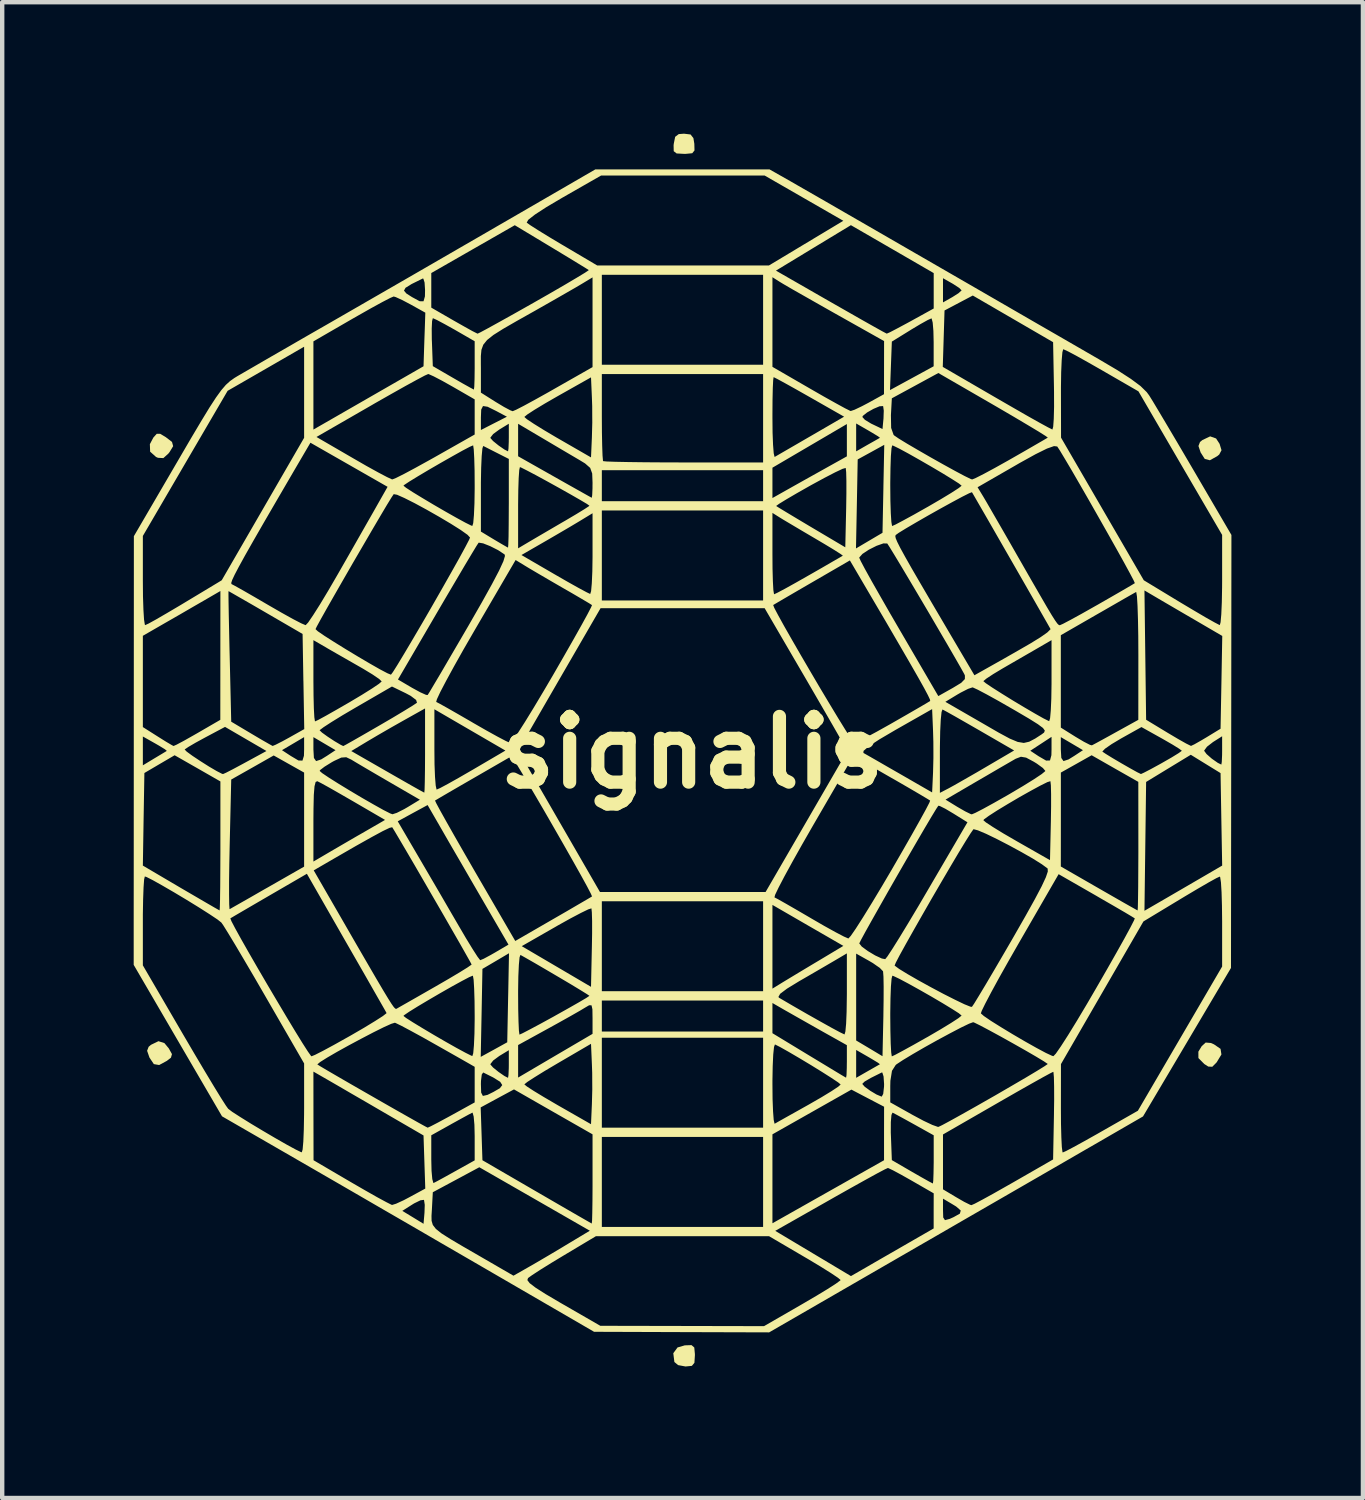
<source format=kicad_pcb>
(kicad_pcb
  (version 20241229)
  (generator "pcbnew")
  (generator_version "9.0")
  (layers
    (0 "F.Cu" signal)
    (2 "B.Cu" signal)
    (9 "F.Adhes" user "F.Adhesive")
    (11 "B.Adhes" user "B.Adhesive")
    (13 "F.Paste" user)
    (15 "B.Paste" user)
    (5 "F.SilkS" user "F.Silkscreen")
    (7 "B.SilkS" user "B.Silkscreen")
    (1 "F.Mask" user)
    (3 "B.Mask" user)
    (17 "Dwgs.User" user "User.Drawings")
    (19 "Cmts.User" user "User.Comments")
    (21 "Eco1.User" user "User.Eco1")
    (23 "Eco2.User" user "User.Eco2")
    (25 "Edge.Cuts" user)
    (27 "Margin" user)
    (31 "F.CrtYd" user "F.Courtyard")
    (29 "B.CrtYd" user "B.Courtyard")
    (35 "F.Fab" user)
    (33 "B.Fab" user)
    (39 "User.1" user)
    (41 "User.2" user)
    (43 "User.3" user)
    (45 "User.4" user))
  (footprint "signalis"
    (layer "F.Cu")
    (at 12.732 14.115)
    (property "Reference" "signalis" (at 0 0 0) (layer "F.SilkS") (effects (font (size 1.5 1.5) (thickness 0.3))))
    (attr board_only exclude_from_pos_files exclude_from_bom)
    (fp_poly (pts (xy 11.961 -7.162) (xy 12.041 -7.039) (xy 12.085 -6.894) (xy 12.033 -6.796) (xy 11.987 -6.758) (xy 11.82 -6.665) (xy 11.703 -6.695) (xy 11.609 -6.842) (xy 11.559 -6.99) (xy 11.594 -7.081) (xy 11.647 -7.125) (xy 11.826 -7.21)) (stroke (width 0) (type solid)) (fill yes) (layer "F.SilkS"))
    (fp_poly (pts (xy -12.127 -7.268) (xy -12.001 -7.193) (xy -11.858 -7.083) (xy -11.832 -6.986) (xy -11.914 -6.851) (xy -11.941 -6.817) (xy -12.055 -6.714) (xy -12.178 -6.721) (xy -12.222 -6.74) (xy -12.357 -6.861) (xy -12.363 -7.032) (xy -12.284 -7.182) (xy -12.207 -7.268)) (stroke (width 0) (type solid)) (fill yes) (layer "F.SilkS"))
    (fp_poly (pts (xy -12.031 6.632) (xy -11.931 6.753) (xy -11.859 6.883) (xy -11.882 6.964) (xy -11.974 7.036) (xy -12.151 7.132) (xy -12.272 7.111) (xy -12.37 6.966) (xy -12.375 6.954) (xy -12.426 6.807) (xy -12.391 6.716) (xy -12.338 6.671) (xy -12.167 6.588)) (stroke (width 0) (type solid)) (fill yes) (layer "F.SilkS"))
    (fp_poly (pts (xy 0.057 13.576) (xy 0.071 13.726) (xy 0.071 13.757) (xy 0.06 13.925) (xy 0.002 13.995) (xy -0.139 14.009) (xy -0.144 14.009) (xy -0.312 13.978) (xy -0.397 13.907) (xy -0.422 13.707) (xy -0.325 13.575) (xy -0.159 13.527) (xy -0.006 13.522)) (stroke (width 0) (type solid)) (fill yes) (layer "F.SilkS"))
    (fp_poly (pts (xy 11.841 6.629) (xy 11.913 6.66) (xy 12.063 6.763) (xy 12.083 6.891) (xy 11.977 7.066) (xy 11.975 7.07) (xy 11.874 7.172) (xy 11.783 7.167) (xy 11.692 7.109) (xy 11.558 6.973) (xy 11.557 6.827) (xy 11.633 6.702) (xy 11.724 6.619)) (stroke (width 0) (type solid)) (fill yes) (layer "F.SilkS"))
    (fp_poly (pts (xy -0.028 -14.097) (xy 0.037 -14.014) (xy 0.058 -13.885) (xy 0.062 -13.733) (xy 0.01 -13.669) (xy -0.138 -13.655) (xy -0.177 -13.655) (xy -0.346 -13.664) (xy -0.412 -13.716) (xy -0.415 -13.85) (xy -0.411 -13.885) (xy -0.379 -14.044) (xy -0.297 -14.106) (xy -0.177 -14.115)) (stroke (width 0) (type solid)) (fill yes) (layer "F.SilkS"))
    (fp_poly (pts (xy 2.249 -13.031) (xy 2.409 -12.939) (xy 2.677 -12.785) (xy 3.038 -12.578) (xy 3.476 -12.325) (xy 3.976 -12.037) (xy 4.523 -11.721) (xy 5.103 -11.386) (xy 5.519 -11.146) (xy 6.136 -10.79) (xy 6.752 -10.434) (xy 7.347 -10.09) (xy 7.904 -9.768) (xy 8.404 -9.48) (xy 8.828 -9.235) (xy 9.158 -9.044) (xy 9.29 -8.968) (xy 9.71 -8.72) (xy 10.019 -8.52) (xy 10.237 -8.358) (xy 10.379 -8.219) (xy 10.433 -8.146) (xy 10.516 -8.013) (xy 10.657 -7.777) (xy 10.845 -7.461) (xy 11.067 -7.086) (xy 11.31 -6.672) (xy 11.455 -6.425) (xy 12.311 -4.961) (xy 12.306 -0.022) (xy 12.301 4.917) (xy 11.298 6.611) (xy 10.294 8.305) (xy 9.481 8.775) (xy 9.264 8.901) (xy 8.939 9.088) (xy 8.521 9.33) (xy 8.024 9.617) (xy 7.463 9.941) (xy 6.853 10.293) (xy 6.208 10.665) (xy 5.544 11.049) (xy 5.216 11.238) (xy 1.765 13.231) (xy -0.232 13.225) (xy -2.229 13.218) (xy -4.26 12.039) (xy -3.751 12.039) (xy -3.698 12.109) (xy -3.563 12.212) (xy -3.332 12.359) (xy -2.991 12.56) (xy -2.958 12.579) (xy -2.087 13.081) (xy -0.22 13.085) (xy 1.648 13.089) (xy 2.522 12.585) (xy 2.834 12.402) (xy 3.097 12.243) (xy 3.288 12.12) (xy 3.386 12.048) (xy 3.395 12.037) (xy 3.337 11.987) (xy 3.179 11.881) (xy 2.943 11.733) (xy 2.652 11.558) (xy 2.578 11.515) (xy 1.763 11.037) (xy -0.212 11.037) (xy -2.187 11.037) (xy -2.915 11.472) (xy -3.208 11.649) (xy -3.462 11.807) (xy -3.647 11.928) (xy -3.736 11.992) (xy -3.751 12.039) (xy -4.26 12.039) (xy -5.094 11.555) (xy -5.738 11.182) (xy -6.395 10.8) (xy -6.985 10.459) (xy -6.604 10.459) (xy -6.362 10.606) (xy -6.12 10.754) (xy -6.104 10.573) (xy -5.938 10.573) (xy -5.936 10.686) (xy -5.908 10.78) (xy -5.838 10.871) (xy -5.71 10.973) (xy -5.507 11.102) (xy -5.216 11.274) (xy -4.819 11.503) (xy -4.816 11.505) (xy -4.068 11.938) (xy -3.75 11.757) (xy -3.538 11.635) (xy -3.257 11.47) (xy -2.958 11.292) (xy -2.879 11.244) (xy -2.331 10.915) (xy 1.904 10.915) (xy 2.767 11.431) (xy 3.631 11.947) (xy 3.96 11.758) (xy 4.17 11.636) (xy 4.455 11.472) (xy 4.766 11.293) (xy 4.903 11.214) (xy 5.518 10.86) (xy 5.518 10.46) (xy 5.518 10.432) (xy 5.731 10.432) (xy 5.736 10.61) (xy 5.776 10.671) (xy 5.887 10.641) (xy 5.975 10.601) (xy 6.116 10.522) (xy 6.136 10.451) (xy 6.03 10.359) (xy 5.943 10.306) (xy 5.731 10.18) (xy 5.731 10.432) (xy 5.518 10.432) (xy 5.519 10.059) (xy 5.017 9.77) (xy 4.78 9.636) (xy 4.592 9.535) (xy 4.485 9.484) (xy 4.473 9.481) (xy 4.401 9.514) (xy 4.225 9.607) (xy 3.965 9.75) (xy 3.638 9.932) (xy 3.265 10.142) (xy 3.167 10.198) (xy 1.904 10.915) (xy -2.331 10.915) (xy -2.326 10.912) (xy -3.586 10.188) (xy -4.847 9.464) (xy -5.377 9.749) (xy -5.908 10.034) (xy -5.929 10.426) (xy -5.938 10.573) (xy -6.104 10.573) (xy -6.098 10.5) (xy -6.092 10.322) (xy -6.108 10.215) (xy -6.112 10.208) (xy -6.19 10.218) (xy -6.335 10.289) (xy -6.377 10.315) (xy -6.604 10.459) (xy -6.985 10.459) (xy -7.047 10.423) (xy -7.671 10.061) (xy -8.246 9.728) (xy -8.752 9.436) (xy -9.167 9.196) (xy -9.339 9.097) (xy -10.717 8.302) (xy -11.725 6.574) (xy -12.732 4.847) (xy -12.732 3.844) (xy -12.523 3.844) (xy -12.523 4.858) (xy -11.599 6.444) (xy -11.345 6.877) (xy -11.11 7.273) (xy -10.905 7.614) (xy -10.74 7.883) (xy -10.626 8.061) (xy -10.576 8.13) (xy -10.484 8.2) (xy -10.301 8.318) (xy -10.058 8.469) (xy -9.781 8.635) (xy -9.5 8.8) (xy -9.243 8.947) (xy -9.039 9.058) (xy -8.916 9.118) (xy -8.897 9.123) (xy -8.878 9.058) (xy -8.862 8.876) (xy -8.851 8.603) (xy -8.845 8.262) (xy -8.844 8.111) (xy -8.844 7.282) (xy -8.632 7.282) (xy -8.631 8.293) (xy -8.629 9.304) (xy -7.764 9.811) (xy -7.449 9.993) (xy -7.176 10.148) (xy -6.969 10.26) (xy -6.852 10.319) (xy -6.837 10.324) (xy -6.746 10.296) (xy -6.574 10.217) (xy -6.428 10.14) (xy -6.08 9.951) (xy -6.1 9.345) (xy -6.12 8.739) (xy -6.126 8.735) (xy -5.943 8.735) (xy -5.943 9.291) (xy -5.937 9.547) (xy -5.92 9.734) (xy -5.896 9.821) (xy -5.889 9.823) (xy -5.804 9.779) (xy -5.632 9.685) (xy -5.409 9.561) (xy -5.394 9.553) (xy -4.953 9.307) (xy -4.953 8.751) (xy -4.959 8.495) (xy -4.976 8.307) (xy -5 8.221) (xy -5.007 8.219) (xy -5.092 8.263) (xy -5.264 8.357) (xy -5.487 8.48) (xy -5.502 8.489) (xy -5.943 8.735) (xy -6.126 8.735) (xy -7.075 8.184) (xy -7.432 7.976) (xy -7.771 7.78) (xy -8.061 7.611) (xy -8.272 7.489) (xy -8.331 7.455) (xy -8.632 7.282) (xy -8.844 7.282) (xy -8.844 7.116) (xy -8.541 7.116) (xy -8.541 7.119) (xy -8.473 7.162) (xy -8.306 7.261) (xy -8.062 7.403) (xy -7.763 7.576) (xy -7.432 7.766) (xy -7.092 7.961) (xy -6.763 8.149) (xy -6.47 8.315) (xy -6.234 8.448) (xy -6.078 8.534) (xy -6.025 8.561) (xy -5.954 8.529) (xy -5.79 8.444) (xy -5.564 8.322) (xy -5.474 8.273) (xy -5.159 8.099) (xy -4.816 8.099) (xy -4.796 8.701) (xy -4.776 9.304) (xy -3.538 10.023) (xy -3.162 10.241) (xy -2.831 10.433) (xy -2.562 10.588) (xy -2.374 10.696) (xy -2.286 10.746) (xy -2.282 10.748) (xy -2.275 10.684) (xy -2.27 10.503) (xy -2.266 10.23) (xy -2.264 9.889) (xy -2.264 9.799) (xy -2.052 9.799) (xy -2.052 10.825) (xy -0.212 10.825) (xy 1.627 10.825) (xy 1.627 9.799) (xy 1.627 8.773) (xy -0.212 8.773) (xy -2.052 8.773) (xy -2.052 9.799) (xy -2.264 9.799) (xy -2.264 9.734) (xy -2.264 8.713) (xy -2.264 8.713) (xy 1.84 8.713) (xy 1.84 9.727) (xy 1.84 10.742) (xy 3.113 10.023) (xy 4.386 9.304) (xy 4.386 8.693) (xy 4.386 8.673) (xy 4.54 8.673) (xy 4.543 8.747) (xy 4.564 9.301) (xy 5.023 9.568) (xy 5.245 9.695) (xy 5.414 9.79) (xy 5.497 9.833) (xy 5.501 9.835) (xy 5.509 9.769) (xy 5.515 9.597) (xy 5.519 9.351) (xy 5.519 9.285) (xy 5.519 8.735) (xy 5.485 8.716) (xy 5.731 8.716) (xy 5.731 9.342) (xy 5.731 9.968) (xy 6.032 10.148) (xy 6.214 10.253) (xy 6.345 10.318) (xy 6.379 10.329) (xy 6.454 10.296) (xy 6.628 10.204) (xy 6.879 10.066) (xy 7.184 9.893) (xy 7.334 9.808) (xy 8.243 9.286) (xy 8.262 8.287) (xy 8.264 8.119) (xy 8.421 8.119) (xy 8.423 8.478) (xy 8.431 8.781) (xy 8.442 9.002) (xy 8.457 9.117) (xy 8.463 9.127) (xy 8.538 9.094) (xy 8.711 9.003) (xy 8.959 8.867) (xy 9.258 8.699) (xy 9.342 8.651) (xy 10.177 8.175) (xy 11.138 6.53) (xy 12.099 4.885) (xy 12.099 3.858) (xy 12.095 3.495) (xy 12.086 3.189) (xy 12.072 2.964) (xy 12.054 2.845) (xy 12.046 2.833) (xy 11.969 2.868) (xy 11.795 2.964) (xy 11.547 3.108) (xy 11.249 3.285) (xy 11.148 3.346) (xy 10.304 3.856) (xy 9.363 5.483) (xy 8.422 7.111) (xy 8.421 8.119) (xy 8.264 8.119) (xy 8.267 7.929) (xy 8.266 7.628) (xy 8.261 7.409) (xy 8.251 7.297) (xy 8.246 7.287) (xy 8.177 7.321) (xy 8.004 7.415) (xy 7.747 7.559) (xy 7.424 7.742) (xy 7.054 7.954) (xy 6.971 8.002) (xy 5.731 8.716) (xy 5.485 8.716) (xy 5.078 8.489) (xy 4.852 8.364) (xy 4.674 8.267) (xy 4.582 8.219) (xy 4.579 8.218) (xy 4.555 8.271) (xy 4.541 8.433) (xy 4.54 8.673) (xy 4.386 8.673) (xy 4.387 8.083) (xy 4.014 7.888) (xy 3.642 7.693) (xy 2.741 8.203) (xy 1.84 8.713) (xy -2.264 8.713) (xy -3.16 8.201) (xy -4.056 7.688) (xy -4.436 7.893) (xy -4.816 8.099) (xy -5.159 8.099) (xy -4.953 7.985) (xy -4.953 7.579) (xy -4.953 7.565) (xy -4.811 7.565) (xy -4.805 7.761) (xy -4.766 7.837) (xy -4.66 7.813) (xy -4.525 7.746) (xy -4.378 7.661) (xy -4.324 7.59) (xy -4.334 7.573) (xy -3.82 7.573) (xy -3.762 7.621) (xy -3.605 7.723) (xy -3.371 7.865) (xy -3.084 8.033) (xy -3.06 8.047) (xy -2.299 8.482) (xy -2.279 8.026) (xy -2.27 7.687) (xy -2.271 7.535) (xy -2.052 7.535) (xy -2.052 8.561) (xy -0.212 8.561) (xy 1.627 8.561) (xy 1.627 7.569) (xy 1.84 7.569) (xy 1.843 7.91) (xy 1.854 8.19) (xy 1.869 8.385) (xy 1.888 8.469) (xy 1.893 8.47) (xy 1.972 8.425) (xy 2.148 8.326) (xy 2.395 8.188) (xy 2.671 8.033) (xy 2.954 7.87) (xy 3.186 7.729) (xy 3.341 7.626) (xy 3.396 7.577) (xy 3.383 7.565) (xy 3.891 7.565) (xy 3.945 7.627) (xy 4.071 7.719) (xy 4.215 7.805) (xy 4.324 7.85) (xy 4.334 7.852) (xy 4.367 7.79) (xy 4.385 7.633) (xy 4.386 7.611) (xy 4.528 7.611) (xy 4.528 7.984) (xy 5.041 8.272) (xy 5.286 8.403) (xy 5.487 8.498) (xy 5.611 8.542) (xy 5.628 8.543) (xy 5.71 8.504) (xy 5.894 8.405) (xy 6.161 8.257) (xy 6.491 8.071) (xy 6.863 7.859) (xy 6.921 7.826) (xy 7.291 7.611) (xy 7.615 7.422) (xy 7.872 7.268) (xy 8.047 7.16) (xy 8.119 7.11) (xy 8.12 7.107) (xy 8.032 7.047) (xy 7.853 6.939) (xy 7.61 6.798) (xy 7.333 6.641) (xy 7.05 6.483) (xy 6.789 6.341) (xy 6.578 6.229) (xy 6.447 6.165) (xy 6.419 6.155) (xy 6.326 6.189) (xy 6.141 6.278) (xy 5.891 6.409) (xy 5.605 6.563) (xy 5.311 6.727) (xy 5.04 6.884) (xy 4.818 7.018) (xy 4.674 7.113) (xy 4.652 7.131) (xy 4.567 7.264) (xy 4.531 7.491) (xy 4.528 7.611) (xy 4.386 7.611) (xy 4.387 7.565) (xy 4.375 7.392) (xy 4.347 7.304) (xy 4.334 7.302) (xy 4.083 7.427) (xy 3.943 7.509) (xy 3.892 7.559) (xy 3.891 7.565) (xy 3.383 7.565) (xy 3.34 7.529) (xy 3.189 7.428) (xy 2.972 7.29) (xy 2.718 7.133) (xy 2.455 6.975) (xy 2.211 6.832) (xy 2.014 6.721) (xy 1.897 6.662) (xy 1.876 6.72) (xy 1.858 6.893) (xy 1.846 7.158) (xy 1.84 7.488) (xy 1.84 7.569) (xy 1.627 7.569) (xy 1.627 7.535) (xy 1.627 6.509) (xy -0.212 6.509) (xy -2.052 6.509) (xy -2.052 7.535) (xy -2.271 7.535) (xy -2.272 7.313) (xy -2.279 7.109) (xy -2.299 6.648) (xy -3.059 7.092) (xy -3.348 7.263) (xy -3.587 7.411) (xy -3.752 7.518) (xy -3.819 7.572) (xy -3.82 7.573) (xy -4.334 7.573) (xy -4.371 7.515) (xy -4.53 7.416) (xy -4.758 7.302) (xy -4.791 7.347) (xy -4.809 7.493) (xy -4.811 7.565) (xy -4.953 7.565) (xy -4.953 7.173) (xy -5.062 7.11) (xy -4.594 7.11) (xy -4.594 7.12) (xy -4.534 7.188) (xy -4.408 7.29) (xy -4.273 7.383) (xy -4.192 7.424) (xy -4.182 7.364) (xy -4.175 7.206) (xy -4.174 7.112) (xy -4.174 6.794) (xy -4.392 6.926) (xy -4.531 7.029) (xy -4.594 7.11) (xy -5.062 7.11) (xy -5.35 6.946) (xy -4.815 6.946) (xy -4.512 6.78) (xy -4.324 6.676) (xy -3.962 6.676) (xy -3.962 7.047) (xy -3.962 7.418) (xy -3.113 6.919) (xy -2.264 6.421) (xy -2.264 6.068) (xy -2.265 6.014) (xy -2.052 6.014) (xy -2.052 6.368) (xy -0.212 6.368) (xy 1.627 6.368) (xy 1.627 6.062) (xy 1.84 6.062) (xy 1.84 6.406) (xy 2.671 6.91) (xy 2.974 7.093) (xy 3.23 7.248) (xy 3.417 7.361) (xy 3.513 7.417) (xy 3.52 7.421) (xy 3.53 7.362) (xy 3.536 7.201) (xy 3.537 7.106) (xy 3.75 7.106) (xy 3.75 7.424) (xy 4.015 7.272) (xy 4.18 7.178) (xy 4.28 7.121) (xy 4.293 7.114) (xy 4.247 7.079) (xy 4.113 6.998) (xy 4.028 6.948) (xy 3.75 6.788) (xy 3.75 7.106) (xy 3.537 7.106) (xy 3.538 7.054) (xy 3.538 6.679) (xy 2.989 6.371) (xy 2.696 6.205) (xy 2.41 6.043) (xy 2.181 5.913) (xy 2.14 5.89) (xy 1.84 5.717) (xy 1.84 6.062) (xy 1.627 6.062) (xy 1.627 6.014) (xy 1.627 5.66) (xy -0.212 5.66) (xy -2.052 5.66) (xy -2.052 6.014) (xy -2.265 6.014) (xy -2.267 5.861) (xy -2.287 5.77) (xy -2.341 5.768) (xy -2.423 5.816) (xy -2.55 5.892) (xy -2.767 6.016) (xy -3.042 6.17) (xy -3.272 6.297) (xy -3.962 6.676) (xy -4.324 6.676) (xy -4.21 6.613) (xy -4.19 5.597) (xy -4.188 5.514) (xy -3.962 5.514) (xy -3.96 5.857) (xy -3.953 6.143) (xy -3.944 6.344) (xy -3.932 6.436) (xy -3.93 6.438) (xy -3.859 6.406) (xy -3.69 6.318) (xy -3.445 6.187) (xy -3.151 6.026) (xy -3.116 6.006) (xy -2.821 5.841) (xy -2.577 5.702) (xy -2.407 5.602) (xy -2.373 5.579) (xy 1.976 5.579) (xy 1.991 5.597) (xy 2.309 5.783) (xy 2.632 5.969) (xy 2.935 6.14) (xy 3.193 6.284) (xy 3.383 6.386) (xy 3.479 6.432) (xy 3.485 6.434) (xy 3.504 6.369) (xy 3.521 6.189) (xy 3.532 5.92) (xy 3.537 5.586) (xy 3.537 5.581) (xy 3.75 5.581) (xy 3.75 6.572) (xy 4.051 6.751) (xy 4.351 6.931) (xy 4.371 6.014) (xy 4.528 6.014) (xy 4.531 6.356) (xy 4.538 6.641) (xy 4.549 6.841) (xy 4.562 6.931) (xy 4.565 6.934) (xy 4.637 6.901) (xy 4.807 6.81) (xy 5.051 6.676) (xy 5.343 6.511) (xy 5.378 6.492) (xy 5.671 6.321) (xy 5.914 6.173) (xy 6.083 6.063) (xy 6.154 6.005) (xy 6.155 6.003) (xy 6.097 5.955) (xy 6.097 5.954) (xy 6.595 5.954) (xy 6.662 6.013) (xy 6.824 6.124) (xy 7.054 6.268) (xy 7.323 6.431) (xy 7.602 6.594) (xy 7.863 6.741) (xy 8.078 6.856) (xy 8.218 6.921) (xy 8.25 6.93) (xy 8.305 6.872) (xy 8.419 6.708) (xy 8.583 6.453) (xy 8.786 6.123) (xy 9.017 5.736) (xy 9.229 5.372) (xy 9.473 4.948) (xy 9.69 4.566) (xy 9.871 4.243) (xy 10.006 3.994) (xy 10.087 3.836) (xy 10.107 3.787) (xy 10.04 3.745) (xy 9.873 3.645) (xy 9.817 3.613) (xy 10.327 3.613) (xy 10.667 3.416) (xy 10.893 3.285) (xy 11.185 3.115) (xy 11.489 2.938) (xy 11.553 2.901) (xy 12.1 2.582) (xy 12.081 1.527) (xy 12.063 0.472) (xy 11.723 0.263) (xy 11.384 0.054) (xy 10.874 0.364) (xy 10.365 0.674) (xy 10.346 2.143) (xy 10.327 3.613) (xy 9.817 3.613) (xy 9.629 3.503) (xy 9.33 3.331) (xy 9.226 3.27) (xy 8.369 2.778) (xy 7.471 4.332) (xy 7.227 4.758) (xy 7.01 5.144) (xy 6.83 5.474) (xy 6.695 5.731) (xy 6.614 5.897) (xy 6.595 5.954) (xy 6.097 5.954) (xy 5.944 5.856) (xy 5.724 5.722) (xy 5.464 5.569) (xy 5.194 5.415) (xy 4.942 5.275) (xy 4.735 5.165) (xy 4.604 5.103) (xy 4.575 5.094) (xy 4.558 5.161) (xy 4.543 5.342) (xy 4.533 5.613) (xy 4.528 5.946) (xy 4.528 6.014) (xy 4.371 6.014) (xy 4.371 5.998) (xy 4.376 5.645) (xy 4.377 5.342) (xy 4.373 5.117) (xy 4.364 4.999) (xy 4.362 4.992) (xy 4.288 4.915) (xy 4.212 4.863) (xy 4.627 4.863) (xy 4.627 4.863) (xy 4.731 4.94) (xy 4.922 5.057) (xy 5.172 5.201) (xy 5.454 5.356) (xy 5.741 5.509) (xy 6.006 5.643) (xy 6.22 5.746) (xy 6.357 5.801) (xy 6.391 5.805) (xy 6.442 5.73) (xy 6.552 5.55) (xy 6.713 5.282) (xy 6.913 4.943) (xy 7.142 4.551) (xy 7.325 4.236) (xy 7.611 3.736) (xy 7.828 3.346) (xy 7.982 3.054) (xy 8.078 2.848) (xy 8.122 2.718) (xy 8.119 2.652) (xy 8.115 2.646) (xy 8.056 2.603) (xy 8.419 2.603) (xy 9.286 3.102) (xy 9.598 3.281) (xy 9.863 3.433) (xy 10.058 3.543) (xy 10.16 3.6) (xy 10.171 3.605) (xy 10.176 3.539) (xy 10.18 3.352) (xy 10.184 3.065) (xy 10.186 2.698) (xy 10.188 2.273) (xy 10.188 2.14) (xy 10.187 0.672) (xy 9.654 0.369) (xy 9.122 0.065) (xy 8.771 0.263) (xy 8.42 0.46) (xy 8.42 1.531) (xy 8.419 2.603) (xy 8.056 2.603) (xy 7.987 2.552) (xy 7.78 2.422) (xy 7.521 2.274) (xy 7.238 2.12) (xy 6.96 1.976) (xy 6.714 1.857) (xy 6.528 1.778) (xy 6.43 1.752) (xy 6.424 1.755) (xy 6.364 1.84) (xy 6.249 2.023) (xy 6.09 2.284) (xy 5.901 2.603) (xy 5.691 2.961) (xy 5.472 3.337) (xy 5.257 3.712) (xy 5.056 4.065) (xy 4.881 4.376) (xy 4.743 4.626) (xy 4.655 4.795) (xy 4.627 4.863) (xy 4.212 4.863) (xy 4.132 4.807) (xy 4.042 4.754) (xy 3.75 4.59) (xy 3.75 5.581) (xy 3.537 5.581) (xy 3.538 5.512) (xy 3.538 4.585) (xy 3.272 4.742) (xy 3.087 4.85) (xy 2.826 5.002) (xy 2.538 5.169) (xy 2.451 5.219) (xy 2.173 5.389) (xy 2.016 5.507) (xy 1.976 5.579) (xy -2.373 5.579) (xy -2.336 5.554) (xy -2.335 5.553) (xy -2.392 5.514) (xy -2.544 5.42) (xy -2.765 5.286) (xy -3.029 5.13) (xy -3.308 4.966) (xy -3.575 4.81) (xy -3.804 4.679) (xy -3.909 4.62) (xy -3.929 4.675) (xy -3.945 4.846) (xy -3.957 5.109) (xy -3.962 5.438) (xy -3.962 5.514) (xy -4.188 5.514) (xy -4.17 4.582) (xy -4.473 4.761) (xy -4.776 4.939) (xy -4.795 5.943) (xy -4.815 6.946) (xy -5.35 6.946) (xy -5.816 6.682) (xy -6.135 6.502) (xy -6.415 6.349) (xy -6.631 6.234) (xy -6.757 6.173) (xy -6.774 6.167) (xy -6.856 6.192) (xy -7.029 6.27) (xy -7.266 6.388) (xy -7.54 6.531) (xy -7.826 6.684) (xy -8.095 6.833) (xy -8.322 6.965) (xy -8.479 7.064) (xy -8.541 7.116) (xy -8.844 7.116) (xy -8.844 7.096) (xy -9.738 5.547) (xy -9.987 5.117) (xy -10.218 4.724) (xy -10.418 4.386) (xy -10.579 4.12) (xy -10.688 3.945) (xy -10.732 3.882) (xy -10.82 3.812) (xy -10.859 3.786) (xy -10.527 3.786) (xy -10.502 3.851) (xy -10.415 4.017) (xy -10.278 4.265) (xy -10.102 4.575) (xy -9.899 4.927) (xy -9.68 5.302) (xy -9.457 5.679) (xy -9.242 6.04) (xy -9.046 6.365) (xy -8.88 6.634) (xy -8.756 6.827) (xy -8.686 6.925) (xy -8.676 6.933) (xy -8.595 6.9) (xy -8.416 6.809) (xy -8.164 6.673) (xy -7.862 6.504) (xy -7.78 6.458) (xy -7.477 6.282) (xy -7.226 6.129) (xy -7.048 6.015) (xy -7.043 6.011) (xy -6.578 6.011) (xy -6.52 6.057) (xy -6.367 6.155) (xy -6.147 6.289) (xy -5.888 6.443) (xy -5.619 6.599) (xy -5.368 6.741) (xy -5.163 6.852) (xy -5.033 6.917) (xy -5.006 6.927) (xy -4.986 6.863) (xy -4.97 6.684) (xy -4.958 6.415) (xy -4.953 6.083) (xy -4.953 6.014) (xy -4.956 5.672) (xy -4.965 5.387) (xy -4.977 5.187) (xy -4.993 5.097) (xy -4.997 5.094) (xy -5.077 5.127) (xy -5.246 5.216) (xy -5.477 5.343) (xy -5.74 5.493) (xy -6.009 5.65) (xy -6.254 5.796) (xy -6.447 5.916) (xy -6.56 5.993) (xy -6.578 6.011) (xy -7.043 6.011) (xy -6.966 5.951) (xy -6.964 5.945) (xy -7.002 5.876) (xy -7.102 5.701) (xy -7.253 5.437) (xy -7.445 5.1) (xy -7.67 4.708) (xy -7.882 4.339) (xy -8.781 2.769) (xy -9.644 3.27) (xy -9.955 3.451) (xy -10.219 3.605) (xy -10.414 3.719) (xy -10.517 3.78) (xy -10.527 3.786) (xy -10.859 3.786) (xy -11 3.692) (xy -11.243 3.537) (xy -11.521 3.366) (xy -11.808 3.194) (xy -12.075 3.039) (xy -12.294 2.916) (xy -12.438 2.843) (xy -12.478 2.83) (xy -12.494 2.897) (xy -12.507 3.08) (xy -12.517 3.354) (xy -12.523 3.695) (xy -12.523 3.844) (xy -12.732 3.844) (xy -12.731 2.582) (xy -12.523 2.582) (xy -11.657 3.092) (xy -11.345 3.274) (xy -11.081 3.428) (xy -10.886 3.541) (xy -10.783 3.599) (xy -10.772 3.605) (xy -10.767 3.539) (xy -10.762 3.352) (xy -10.761 3.247) (xy -10.556 3.247) (xy -10.553 3.465) (xy -10.546 3.57) (xy -10.542 3.576) (xy -10.471 3.535) (xy -10.3 3.438) (xy -10.054 3.298) (xy -9.757 3.127) (xy -9.675 3.081) (xy -8.993 2.691) (xy -8.625 2.691) (xy -7.983 3.804) (xy -7.661 4.363) (xy -7.401 4.811) (xy -7.198 5.16) (xy -7.043 5.423) (xy -6.93 5.61) (xy -6.851 5.735) (xy -6.799 5.809) (xy -6.766 5.844) (xy -6.745 5.851) (xy -6.735 5.848) (xy -6.659 5.804) (xy -6.483 5.704) (xy -6.234 5.562) (xy -5.934 5.39) (xy -5.855 5.345) (xy -5.551 5.169) (xy -5.297 5.018) (xy -5.115 4.905) (xy -5.028 4.844) (xy -5.023 4.839) (xy -5.057 4.774) (xy -5.151 4.607) (xy -5.292 4.358) (xy -5.471 4.047) (xy -5.674 3.693) (xy -5.892 3.317) (xy -6.111 2.939) (xy -6.32 2.578) (xy -6.509 2.255) (xy -6.665 1.99) (xy -6.776 1.802) (xy -6.832 1.711) (xy -6.835 1.707) (xy -6.894 1.721) (xy -7.049 1.795) (xy -7.306 1.934) (xy -7.671 2.139) (xy -8.151 2.416) (xy -8.625 2.691) (xy -8.993 2.691) (xy -8.844 2.606) (xy -8.844 1.556) (xy -8.632 1.556) (xy -8.632 2.49) (xy -8.366 2.334) (xy -8.18 2.225) (xy -7.919 2.073) (xy -7.632 1.906) (xy -7.549 1.859) (xy -7.052 1.572) (xy -6.708 1.572) (xy -6.247 2.36) (xy -6.012 2.762) (xy -5.744 3.221) (xy -5.483 3.671) (xy -5.324 3.944) (xy -5.15 4.241) (xy -4.999 4.488) (xy -4.888 4.661) (xy -4.829 4.738) (xy -4.826 4.74) (xy -4.748 4.708) (xy -4.592 4.624) (xy -4.485 4.563) (xy -4.241 4.42) (xy -3.879 4.42) (xy -3.089 4.884) (xy -2.299 5.348) (xy -2.28 4.468) (xy -2.279 4.422) (xy -2.052 4.422) (xy -2.052 5.448) (xy -0.212 5.448) (xy 1.627 5.448) (xy 1.627 4.434) (xy 1.84 4.434) (xy 1.84 5.389) (xy 2.069 5.248) (xy 2.234 5.148) (xy 2.478 5.001) (xy 2.758 4.833) (xy 2.879 4.761) (xy 3.458 4.414) (xy 3.361 4.358) (xy 3.821 4.358) (xy 3.878 4.43) (xy 4.015 4.531) (xy 4.184 4.632) (xy 4.335 4.702) (xy 4.413 4.717) (xy 4.464 4.653) (xy 4.575 4.484) (xy 4.737 4.225) (xy 4.939 3.893) (xy 5.171 3.505) (xy 5.381 3.147) (xy 6.289 1.594) (xy 6.213 1.547) (xy 6.652 1.547) (xy 6.71 1.597) (xy 6.868 1.701) (xy 7.102 1.845) (xy 7.39 2.012) (xy 7.412 2.025) (xy 8.172 2.458) (xy 8.192 1.573) (xy 8.197 1.235) (xy 8.197 0.951) (xy 8.192 0.75) (xy 8.182 0.659) (xy 8.181 0.657) (xy 8.112 0.678) (xy 7.951 0.758) (xy 7.728 0.879) (xy 7.47 1.024) (xy 7.207 1.179) (xy 6.966 1.325) (xy 6.777 1.447) (xy 6.667 1.527) (xy 6.652 1.547) (xy 6.213 1.547) (xy 5.967 1.394) (xy 5.785 1.286) (xy 5.659 1.223) (xy 5.625 1.216) (xy 5.574 1.293) (xy 5.466 1.471) (xy 5.313 1.729) (xy 5.127 2.048) (xy 4.919 2.407) (xy 4.7 2.787) (xy 4.483 3.166) (xy 4.279 3.526) (xy 4.099 3.845) (xy 3.955 4.103) (xy 3.859 4.28) (xy 3.821 4.357) (xy 3.821 4.358) (xy 3.361 4.358) (xy 2.649 3.947) (xy 1.84 3.479) (xy 1.84 4.434) (xy 1.627 4.434) (xy 1.627 4.422) (xy 1.627 3.396) (xy -0.212 3.396) (xy -2.052 3.396) (xy -2.052 4.422) (xy -2.279 4.422) (xy -2.274 4.131) (xy -2.274 3.848) (xy -2.28 3.649) (xy -2.289 3.56) (xy -2.29 3.558) (xy -2.36 3.58) (xy -2.527 3.661) (xy -2.768 3.788) (xy -3.059 3.95) (xy -3.1 3.974) (xy -3.879 4.42) (xy -4.241 4.42) (xy -4.182 4.385) (xy -4.788 3.342) (xy -5.018 2.946) (xy -5.251 2.543) (xy -5.467 2.172) (xy -5.643 1.867) (xy -5.71 1.75) (xy -6.027 1.201) (xy -6.368 1.386) (xy -6.708 1.572) (xy -7.052 1.572) (xy -6.998 1.54) (xy -7.726 1.116) (xy -8.019 0.947) (xy -8.271 0.803) (xy -8.456 0.701) (xy -8.543 0.657) (xy -8.581 0.674) (xy -8.607 0.773) (xy -8.623 0.97) (xy -8.63 1.281) (xy -8.632 1.556) (xy -8.844 1.556) (xy -8.844 1.533) (xy -8.844 0.46) (xy -8.912 0.422) (xy -8.49 0.422) (xy -8.433 0.472) (xy -8.28 0.575) (xy -8.058 0.715) (xy -7.795 0.875) (xy -7.519 1.039) (xy -7.256 1.19) (xy -7.034 1.314) (xy -6.881 1.392) (xy -6.828 1.411) (xy -6.729 1.379) (xy -6.561 1.294) (xy -6.48 1.247) (xy -6.234 1.098) (xy -5.858 1.098) (xy -5.829 1.161) (xy -5.738 1.33) (xy -5.594 1.588) (xy -5.406 1.92) (xy -5.183 2.309) (xy -4.953 2.708) (xy -4.027 4.302) (xy -3.163 3.803) (xy -2.851 3.623) (xy -2.586 3.468) (xy -2.39 3.354) (xy -2.311 3.307) (xy 1.886 3.307) (xy 1.967 3.349) (xy 2.144 3.449) (xy 2.392 3.592) (xy 2.687 3.764) (xy 2.724 3.786) (xy 3.023 3.959) (xy 3.281 4.102) (xy 3.472 4.202) (xy 3.569 4.244) (xy 3.574 4.244) (xy 3.627 4.186) (xy 3.741 4.021) (xy 3.904 3.766) (xy 4.107 3.437) (xy 4.34 3.05) (xy 4.555 2.685) (xy 4.8 2.261) (xy 5.018 1.88) (xy 5.2 1.556) (xy 5.337 1.307) (xy 5.419 1.149) (xy 5.438 1.099) (xy 5.403 1.077) (xy 5.789 1.077) (xy 6.061 1.244) (xy 6.237 1.345) (xy 6.362 1.406) (xy 6.388 1.413) (xy 6.467 1.38) (xy 6.644 1.289) (xy 6.893 1.152) (xy 7.191 0.983) (xy 7.255 0.946) (xy 7.555 0.768) (xy 7.805 0.613) (xy 7.982 0.495) (xy 8.063 0.428) (xy 8.066 0.422) (xy 8.01 0.356) (xy 7.871 0.255) (xy 7.803 0.213) (xy 7.627 0.119) (xy 7.509 0.099) (xy 7.389 0.145) (xy 7.361 0.161) (xy 7.228 0.238) (xy 7.005 0.367) (xy 6.728 0.529) (xy 6.485 0.67) (xy 5.789 1.077) (xy 5.403 1.077) (xy 5.371 1.057) (xy 5.203 0.957) (xy 4.959 0.814) (xy 4.66 0.641) (xy 4.549 0.578) (xy 3.686 0.082) (xy 2.756 1.684) (xy 2.51 2.113) (xy 2.293 2.5) (xy 2.113 2.829) (xy 1.98 3.084) (xy 1.901 3.249) (xy 1.886 3.307) (xy -2.311 3.307) (xy -2.286 3.292) (xy -2.276 3.285) (xy -2.303 3.222) (xy -2.39 3.055) (xy -2.528 2.804) (xy -2.706 2.487) (xy -2.912 2.124) (xy -3.136 1.733) (xy -3.367 1.332) (xy -3.595 0.942) (xy -3.808 0.581) (xy -3.866 0.484) (xy -4.106 0.083) (xy -4.972 0.583) (xy -5.284 0.763) (xy -5.549 0.917) (xy -5.744 1.031) (xy -5.847 1.092) (xy -5.858 1.098) (xy -6.234 1.098) (xy -6.203 1.079) (xy -6.905 0.672) (xy -7.202 0.499) (xy -7.468 0.343) (xy -7.671 0.223) (xy -7.767 0.165) (xy -7.883 0.11) (xy -7.996 0.118) (xy -8.161 0.195) (xy -8.21 0.222) (xy -8.377 0.325) (xy -8.478 0.402) (xy -8.49 0.422) (xy -8.912 0.422) (xy -9.191 0.265) (xy -9.538 0.07) (xy -10.022 0.345) (xy -10.507 0.619) (xy -10.542 2.107) (xy -10.551 2.547) (xy -10.556 2.934) (xy -10.556 3.247) (xy -10.761 3.247) (xy -10.758 3.064) (xy -10.756 2.698) (xy -10.754 2.273) (xy -10.754 2.135) (xy -10.754 0.662) (xy -11.276 0.363) (xy -11.798 0.065) (xy -12.143 0.267) (xy -12.488 0.47) (xy -12.506 1.526) (xy -12.523 2.582) (xy -12.731 2.582) (xy -12.73 -0.034) (xy -12.523 -0.034) (xy -12.523 0.295) (xy -12.258 0.135) (xy -12.093 0.036) (xy -11.99 -0.026) (xy -11.976 -0.035) (xy -12.013 -0.066) (xy -11.569 -0.066) (xy -11.524 -0.019) (xy -11.393 0.077) (xy -11.211 0.198) (xy -11.014 0.323) (xy -10.838 0.426) (xy -10.719 0.487) (xy -10.694 0.494) (xy -10.624 0.463) (xy -10.463 0.38) (xy -10.241 0.261) (xy -10.186 0.231) (xy -9.703 -0.032) (xy -9.736 -0.051) (xy -9.349 -0.051) (xy -9.149 0.08) (xy -8.974 0.184) (xy -8.882 0.187) (xy -8.848 0.077) (xy -8.844 -0.068) (xy -8.632 -0.068) (xy -8.621 0.126) (xy -8.571 0.198) (xy -8.455 0.16) (xy -8.326 0.08) (xy -8.158 -0.031) (xy -7.768 -0.031) (xy -6.944 0.442) (xy -6.64 0.616) (xy -6.384 0.762) (xy -6.199 0.866) (xy -6.108 0.915) (xy -6.102 0.918) (xy -6.096 0.852) (xy -6.091 0.67) (xy -6.087 0.399) (xy -6.085 0.062) (xy -6.085 -0.041) (xy -6.085 -0.067) (xy -5.872 -0.067) (xy -5.869 0.274) (xy -5.858 0.557) (xy -5.842 0.756) (xy -5.823 0.845) (xy -5.819 0.847) (xy -5.741 0.813) (xy -5.567 0.72) (xy -5.321 0.582) (xy -5.03 0.414) (xy -5.009 0.402) (xy -4.252 -0.042) (xy -4.254 -0.043) (xy -3.96 -0.043) (xy -3.834 0.173) (xy -3.763 0.296) (xy -3.633 0.521) (xy -3.456 0.827) (xy -3.245 1.192) (xy -3.012 1.596) (xy -2.902 1.786) (xy -2.095 3.184) (xy -0.205 3.184) (xy 1.684 3.184) (xy 2.615 1.579) (xy 3.523 0.012) (xy 3.915 0.012) (xy 4.012 0.067) (xy 4.203 0.176) (xy 4.461 0.325) (xy 4.747 0.489) (xy 5.483 0.913) (xy 5.504 0.46) (xy 5.512 0.133) (xy 5.512 -0.039) (xy 5.66 -0.039) (xy 5.66 0.923) (xy 5.855 0.822) (xy 5.997 0.744) (xy 6.225 0.614) (xy 6.504 0.454) (xy 6.702 0.338) (xy 7.343 -0.038) (xy 7.723 -0.038) (xy 7.912 0.087) (xy 8.084 0.187) (xy 8.172 0.184) (xy 8.204 0.064) (xy 8.207 -0.068) (xy 8.419 -0.068) (xy 8.43 0.126) (xy 8.48 0.198) (xy 8.596 0.16) (xy 8.725 0.08) (xy 8.88 -0.022) (xy 9.368 -0.022) (xy 9.37 -0.016) (xy 9.446 0.035) (xy 9.602 0.131) (xy 9.799 0.247) (xy 9.998 0.361) (xy 10.16 0.451) (xy 10.244 0.492) (xy 10.248 0.493) (xy 10.316 0.462) (xy 10.476 0.379) (xy 10.693 0.26) (xy 10.725 0.242) (xy 10.945 0.116) (xy 11.106 0.017) (xy 11.178 -0.035) (xy 11.69 -0.035) (xy 11.744 0.038) (xy 11.865 0.144) (xy 12.001 0.239) (xy 12.081 0.278) (xy 12.091 0.218) (xy 12.098 0.059) (xy 12.099 -0.042) (xy 12.099 -0.368) (xy 11.892 -0.237) (xy 11.754 -0.13) (xy 11.69 -0.043) (xy 11.69 -0.035) (xy 11.178 -0.035) (xy 11.178 -0.035) (xy 11.179 -0.038) (xy 11.122 -0.082) (xy 10.971 -0.176) (xy 10.758 -0.299) (xy 10.719 -0.321) (xy 10.259 -0.578) (xy 9.794 -0.318) (xy 9.578 -0.189) (xy 9.427 -0.084) (xy 9.368 -0.022) (xy 8.88 -0.022) (xy 8.924 -0.051) (xy 8.672 -0.2) (xy 8.419 -0.349) (xy 8.419 -0.068) (xy 8.207 -0.068) (xy 8.207 -0.071) (xy 8.207 -0.355) (xy 7.965 -0.196) (xy 7.723 -0.038) (xy 7.343 -0.038) (xy 7.354 -0.044) (xy 6.566 -0.5) (xy 6.265 -0.673) (xy 6.008 -0.82) (xy 5.819 -0.926) (xy 5.724 -0.977) (xy 5.719 -0.979) (xy 5.698 -0.921) (xy 5.68 -0.747) (xy 5.667 -0.481) (xy 5.661 -0.148) (xy 5.66 -0.039) (xy 5.512 -0.039) (xy 5.511 -0.239) (xy 5.504 -0.491) (xy 5.483 -0.988) (xy 4.651 -0.515) (xy 4.28 -0.297) (xy 4.036 -0.137) (xy 3.918 -0.034) (xy 3.915 0.012) (xy 3.523 0.012) (xy 3.545 -0.027) (xy 3.429 -0.243) (xy 3.36 -0.366) (xy 3.232 -0.59) (xy 3.056 -0.895) (xy 2.844 -1.261) (xy 2.609 -1.666) (xy 2.487 -1.875) (xy 1.662 -3.29) (xy -0.21 -3.29) (xy -2.081 -3.29) (xy -3.021 -1.667) (xy -3.96 -0.043) (xy -4.254 -0.043) (xy -5.062 -0.513) (xy -5.872 -0.984) (xy -5.872 -0.067) (xy -6.085 -0.067) (xy -6.085 -1.003) (xy -6.562 -0.736) (xy -6.859 -0.568) (xy -7.167 -0.39) (xy -7.404 -0.25) (xy -7.768 -0.031) (xy -8.158 -0.031) (xy -8.127 -0.051) (xy -8.38 -0.2) (xy -8.632 -0.349) (xy -8.632 -0.068) (xy -8.844 -0.068) (xy -8.844 -0.349) (xy -9.096 -0.2) (xy -9.349 -0.051) (xy -9.736 -0.051) (xy -10.176 -0.307) (xy -10.648 -0.582) (xy -11.095 -0.344) (xy -11.319 -0.222) (xy -11.488 -0.123) (xy -11.568 -0.068) (xy -11.569 -0.066) (xy -12.013 -0.066) (xy -12.02 -0.072) (xy -12.154 -0.154) (xy -12.241 -0.204) (xy -12.523 -0.363) (xy -12.523 -0.034) (xy -12.73 -0.034) (xy -12.73 -0.044) (xy -12.729 -2.66) (xy -12.523 -2.66) (xy -12.523 -1.619) (xy -12.523 -0.578) (xy -12.187 -0.365) (xy -11.999 -0.247) (xy -11.865 -0.168) (xy -11.823 -0.146) (xy -11.753 -0.177) (xy -11.591 -0.263) (xy -11.368 -0.389) (xy -11.275 -0.442) (xy -10.756 -0.743) (xy -10.755 -2.212) (xy -10.754 -3.612) (xy -10.57 -3.612) (xy -10.568 -3.424) (xy -10.563 -3.136) (xy -10.555 -2.768) (xy -10.546 -2.341) (xy -10.542 -2.19) (xy -10.507 -0.701) (xy -10.047 -0.427) (xy -9.824 -0.295) (xy -9.653 -0.197) (xy -9.566 -0.149) (xy -9.562 -0.147) (xy -9.492 -0.176) (xy -9.337 -0.255) (xy -9.189 -0.336) (xy -8.89 -0.504) (xy -8.49 -0.504) (xy -8.436 -0.452) (xy -8.307 -0.359) (xy -8.15 -0.256) (xy -8.009 -0.173) (xy -7.951 -0.145) (xy -7.89 -0.177) (xy -7.73 -0.267) (xy -7.494 -0.402) (xy -7.203 -0.57) (xy -7.137 -0.608) (xy -6.832 -0.786) (xy -6.57 -0.943) (xy -6.376 -1.062) (xy -6.275 -1.129) (xy -6.269 -1.134) (xy -6.275 -1.152) (xy -5.831 -1.152) (xy -5.748 -1.109) (xy -5.569 -1.009) (xy -5.319 -0.866) (xy -5.023 -0.695) (xy -4.988 -0.674) (xy -4.688 -0.502) (xy -4.43 -0.359) (xy -4.239 -0.259) (xy -4.142 -0.216) (xy -4.137 -0.216) (xy -4.084 -0.274) (xy -3.97 -0.438) (xy -3.807 -0.693) (xy -3.605 -1.022) (xy -3.374 -1.409) (xy -3.159 -1.775) (xy -2.915 -2.199) (xy -2.697 -2.581) (xy -2.515 -2.905) (xy -2.379 -3.153) (xy -2.297 -3.311) (xy -2.276 -3.361) (xy -2.279 -3.362) (xy 1.857 -3.362) (xy 1.882 -3.297) (xy 1.969 -3.132) (xy 2.106 -2.884) (xy 2.282 -2.575) (xy 2.485 -2.223) (xy 2.704 -1.848) (xy 2.926 -1.47) (xy 3.142 -1.109) (xy 3.338 -0.784) (xy 3.504 -0.515) (xy 3.627 -0.321) (xy 3.697 -0.222) (xy 3.707 -0.214) (xy 3.789 -0.247) (xy 3.968 -0.337) (xy 4.221 -0.473) (xy 4.521 -0.641) (xy 4.591 -0.681) (xy 4.896 -0.856) (xy 5.154 -1.005) (xy 5.341 -1.114) (xy 5.407 -1.154) (xy 5.785 -1.154) (xy 6.655 -0.652) (xy 7.002 -0.451) (xy 7.254 -0.315) (xy 7.436 -0.239) (xy 7.575 -0.216) (xy 7.698 -0.244) (xy 7.833 -0.315) (xy 7.978 -0.409) (xy 8.037 -0.453) (xy 8.054 -0.498) (xy 8.012 -0.557) (xy 7.897 -0.643) (xy 7.694 -0.77) (xy 7.386 -0.951) (xy 7.306 -0.997) (xy 6.996 -1.175) (xy 6.728 -1.323) (xy 6.525 -1.43) (xy 6.414 -1.481) (xy 6.403 -1.483) (xy 6.304 -1.45) (xy 6.137 -1.365) (xy 6.059 -1.32) (xy 5.785 -1.154) (xy 5.407 -1.154) (xy 5.434 -1.17) (xy 5.439 -1.174) (xy 5.432 -1.21) (xy 5.387 -1.305) (xy 5.3 -1.469) (xy 5.165 -1.71) (xy 4.977 -2.038) (xy 4.731 -2.462) (xy 4.423 -2.991) (xy 4.093 -3.552) (xy 3.607 -4.38) (xy 2.741 -3.878) (xy 2.429 -3.697) (xy 2.165 -3.543) (xy 1.97 -3.429) (xy 1.867 -3.368) (xy 1.857 -3.362) (xy -2.279 -3.362) (xy -2.343 -3.403) (xy -2.507 -3.5) (xy -2.739 -3.636) (xy -2.936 -3.749) (xy -3.231 -3.92) (xy -3.503 -4.079) (xy -3.715 -4.204) (xy -3.796 -4.253) (xy -4.019 -4.389) (xy -4.957 -2.782) (xy -5.205 -2.353) (xy -5.423 -1.965) (xy -5.603 -1.635) (xy -5.737 -1.379) (xy -5.815 -1.212) (xy -5.831 -1.152) (xy -6.275 -1.152) (xy -6.289 -1.197) (xy -6.413 -1.29) (xy -6.523 -1.349) (xy -6.84 -1.503) (xy -7.665 -1.025) (xy -7.968 -0.847) (xy -8.22 -0.692) (xy -8.4 -0.575) (xy -8.486 -0.51) (xy -8.49 -0.504) (xy -8.89 -0.504) (xy -8.841 -0.531) (xy -8.86 -1.617) (xy -8.861 -1.634) (xy -8.632 -1.634) (xy -8.629 -1.291) (xy -8.622 -1.005) (xy -8.611 -0.803) (xy -8.597 -0.71) (xy -8.594 -0.708) (xy -8.522 -0.741) (xy -8.353 -0.833) (xy -8.113 -0.969) (xy -7.825 -1.135) (xy -7.816 -1.14) (xy -7.531 -1.31) (xy -7.296 -1.457) (xy -7.136 -1.565) (xy -7.075 -1.619) (xy -7.075 -1.62) (xy -7.119 -1.663) (xy -6.703 -1.663) (xy -6.378 -1.472) (xy -6.193 -1.371) (xy -6.063 -1.313) (xy -6.026 -1.309) (xy -5.984 -1.375) (xy -5.882 -1.547) (xy -5.727 -1.808) (xy -5.532 -2.142) (xy -5.304 -2.532) (xy -5.093 -2.894) (xy -4.79 -3.422) (xy -4.559 -3.838) (xy -4.396 -4.148) (xy -4.298 -4.361) (xy -4.262 -4.482) (xy -4.267 -4.503) (xy -3.886 -4.503) (xy -3.128 -4.062) (xy -2.834 -3.893) (xy -2.584 -3.753) (xy -2.404 -3.656) (xy -2.319 -3.615) (xy -2.317 -3.615) (xy -2.297 -3.679) (xy -2.281 -3.858) (xy -2.269 -4.127) (xy -2.264 -4.46) (xy -2.264 -4.493) (xy -2.052 -4.493) (xy -2.052 -3.467) (xy -0.212 -3.467) (xy 1.627 -3.467) (xy 1.627 -4.493) (xy 1.627 -4.536) (xy 1.84 -4.536) (xy 1.842 -4.192) (xy 1.85 -3.906) (xy 1.861 -3.704) (xy 1.876 -3.611) (xy 1.879 -3.608) (xy 1.952 -3.642) (xy 2.122 -3.732) (xy 2.365 -3.867) (xy 2.655 -4.032) (xy 2.675 -4.043) (xy 2.965 -4.209) (xy 3.206 -4.349) (xy 3.363 -4.439) (xy 3.821 -4.439) (xy 3.855 -4.364) (xy 3.951 -4.183) (xy 4.1 -3.914) (xy 4.293 -3.575) (xy 4.518 -3.182) (xy 4.722 -2.831) (xy 5.624 -1.285) (xy 5.955 -1.471) (xy 6.146 -1.587) (xy 6.183 -1.625) (xy 6.652 -1.625) (xy 6.708 -1.578) (xy 6.858 -1.477) (xy 7.074 -1.34) (xy 7.326 -1.184) (xy 7.588 -1.027) (xy 7.829 -0.886) (xy 8.022 -0.777) (xy 8.138 -0.719) (xy 8.154 -0.714) (xy 8.174 -0.778) (xy 8.19 -0.957) (xy 8.202 -1.226) (xy 8.207 -1.559) (xy 8.207 -1.634) (xy 8.207 -2.561) (xy 7.871 -2.366) (xy 7.627 -2.225) (xy 7.331 -2.054) (xy 7.094 -1.917) (xy 6.879 -1.788) (xy 6.721 -1.684) (xy 6.653 -1.627) (xy 6.652 -1.625) (xy 6.183 -1.625) (xy 6.23 -1.673) (xy 6.231 -1.754) (xy 6.216 -1.788) (xy 6.132 -1.939) (xy 5.996 -2.176) (xy 5.821 -2.478) (xy 5.618 -2.825) (xy 5.401 -3.196) (xy 5.18 -3.57) (xy 4.969 -3.926) (xy 4.779 -4.245) (xy 4.623 -4.504) (xy 4.512 -4.685) (xy 4.46 -4.765) (xy 4.459 -4.766) (xy 4.371 -4.768) (xy 4.215 -4.713) (xy 4.04 -4.625) (xy 3.893 -4.528) (xy 3.822 -4.448) (xy 3.821 -4.439) (xy 3.363 -4.439) (xy 3.375 -4.446) (xy 3.446 -4.488) (xy 3.447 -4.488) (xy 3.396 -4.526) (xy 3.248 -4.62) (xy 3.194 -4.653) (xy 3.746 -4.653) (xy 4.049 -4.832) (xy 4.225 -4.936) (xy 4.643 -4.936) (xy 4.652 -4.887) (xy 4.688 -4.801) (xy 4.755 -4.667) (xy 4.862 -4.472) (xy 5.013 -4.205) (xy 5.217 -3.854) (xy 5.479 -3.406) (xy 5.806 -2.85) (xy 5.851 -2.773) (xy 6.448 -1.76) (xy 6.85 -1.986) (xy 7.125 -2.141) (xy 7.449 -2.326) (xy 7.731 -2.489) (xy 7.953 -2.626) (xy 8.022 -2.674) (xy 8.419 -2.674) (xy 8.419 -1.62) (xy 8.419 -0.566) (xy 8.756 -0.355) (xy 8.945 -0.243) (xy 9.082 -0.173) (xy 9.127 -0.161) (xy 9.202 -0.2) (xy 9.369 -0.291) (xy 9.596 -0.416) (xy 9.675 -0.46) (xy 10.187 -0.743) (xy 10.188 -2.215) (xy 10.186 -2.652) (xy 10.179 -3.035) (xy 10.169 -3.343) (xy 10.156 -3.557) (xy 10.14 -3.655) (xy 10.135 -3.659) (xy 10.057 -3.615) (xy 9.881 -3.515) (xy 9.631 -3.371) (xy 9.33 -3.198) (xy 9.251 -3.153) (xy 8.419 -2.674) (xy 8.022 -2.674) (xy 8.112 -2.738) (xy 8.183 -2.808) (xy 8.183 -2.816) (xy 8.106 -2.952) (xy 7.978 -3.176) (xy 7.81 -3.47) (xy 7.614 -3.812) (xy 7.4 -4.185) (xy 7.181 -4.566) (xy 6.968 -4.937) (xy 6.773 -5.277) (xy 6.606 -5.566) (xy 6.48 -5.784) (xy 6.406 -5.912) (xy 6.391 -5.936) (xy 6.328 -5.912) (xy 6.169 -5.832) (xy 5.942 -5.71) (xy 5.673 -5.562) (xy 5.39 -5.403) (xy 5.119 -5.247) (xy 4.887 -5.111) (xy 4.721 -5.009) (xy 4.653 -4.96) (xy 4.643 -4.936) (xy 4.225 -4.936) (xy 4.351 -5.01) (xy 4.371 -6.014) (xy 4.372 -6.085) (xy 4.528 -6.085) (xy 4.531 -5.743) (xy 4.54 -5.458) (xy 4.553 -5.258) (xy 4.569 -5.167) (xy 4.572 -5.165) (xy 4.647 -5.198) (xy 4.819 -5.289) (xy 5.065 -5.423) (xy 5.357 -5.588) (xy 5.386 -5.604) (xy 5.678 -5.774) (xy 5.919 -5.92) (xy 6.086 -6.028) (xy 6.113 -6.049) (xy 6.52 -6.049) (xy 6.649 -5.837) (xy 6.724 -5.71) (xy 6.855 -5.483) (xy 7.03 -5.18) (xy 7.235 -4.824) (xy 7.456 -4.437) (xy 7.465 -4.422) (xy 7.735 -3.95) (xy 7.944 -3.588) (xy 8.1 -3.319) (xy 8.212 -3.131) (xy 8.289 -3.01) (xy 8.339 -2.94) (xy 8.371 -2.909) (xy 8.394 -2.901) (xy 8.396 -2.901) (xy 8.47 -2.934) (xy 8.643 -3.025) (xy 8.891 -3.161) (xy 9.188 -3.329) (xy 9.261 -3.37) (xy 9.566 -3.545) (xy 9.823 -3.693) (xy 9.826 -3.695) (xy 10.327 -3.695) (xy 10.346 -2.22) (xy 10.365 -0.745) (xy 10.86 -0.445) (xy 11.093 -0.307) (xy 11.277 -0.203) (xy 11.38 -0.152) (xy 11.391 -0.149) (xy 11.467 -0.185) (xy 11.622 -0.273) (xy 11.745 -0.346) (xy 12.063 -0.54) (xy 12.083 -1.599) (xy 12.102 -2.657) (xy 11.446 -3.04) (xy 11.147 -3.214) (xy 10.87 -3.376) (xy 10.651 -3.504) (xy 10.558 -3.559) (xy 10.327 -3.695) (xy 9.826 -3.695) (xy 10.01 -3.802) (xy 10.102 -3.858) (xy 10.108 -3.861) (xy 10.08 -3.925) (xy 9.993 -4.09) (xy 9.858 -4.338) (xy 9.685 -4.649) (xy 9.487 -5.001) (xy 9.274 -5.377) (xy 9.059 -5.755) (xy 8.852 -6.115) (xy 8.665 -6.438) (xy 8.508 -6.703) (xy 8.395 -6.891) (xy 8.337 -6.979) (xy 8.264 -6.988) (xy 8.102 -6.931) (xy 7.843 -6.803) (xy 7.478 -6.601) (xy 7.397 -6.554) (xy 6.52 -6.049) (xy 6.113 -6.049) (xy 6.155 -6.083) (xy 6.155 -6.085) (xy 6.098 -6.132) (xy 5.945 -6.23) (xy 5.725 -6.365) (xy 5.466 -6.518) (xy 5.196 -6.674) (xy 4.943 -6.817) (xy 4.736 -6.929) (xy 4.603 -6.994) (xy 4.572 -7.004) (xy 4.556 -6.938) (xy 4.542 -6.756) (xy 4.533 -6.486) (xy 4.528 -6.153) (xy 4.528 -6.085) (xy 4.372 -6.085) (xy 4.391 -7.017) (xy 4.088 -6.85) (xy 3.785 -6.684) (xy 3.766 -5.668) (xy 3.746 -4.653) (xy 3.194 -4.653) (xy 3.025 -4.755) (xy 2.81 -4.882) (xy 2.523 -5.051) (xy 2.267 -5.203) (xy 2.075 -5.317) (xy 1.999 -5.364) (xy 1.84 -5.464) (xy 1.84 -4.536) (xy 1.627 -4.536) (xy 1.627 -5.519) (xy -0.212 -5.519) (xy -2.052 -5.519) (xy -2.052 -4.493) (xy -2.264 -4.493) (xy -2.264 -4.532) (xy -2.264 -5.456) (xy -2.565 -5.273) (xy -2.776 -5.147) (xy -3.054 -4.984) (xy -3.343 -4.816) (xy -3.376 -4.797) (xy -3.886 -4.503) (xy -4.267 -4.503) (xy -4.27 -4.516) (xy -4.418 -4.614) (xy -4.598 -4.705) (xy -4.76 -4.769) (xy -4.858 -4.785) (xy -4.865 -4.781) (xy -4.911 -4.711) (xy -5.017 -4.536) (xy -5.175 -4.272) (xy -5.373 -3.936) (xy -5.603 -3.546) (xy -5.805 -3.201) (xy -6.703 -1.663) (xy -7.119 -1.663) (xy -7.132 -1.675) (xy -7.283 -1.778) (xy -7.499 -1.909) (xy -7.553 -1.94) (xy -7.834 -2.101) (xy -8.114 -2.261) (xy -8.331 -2.386) (xy -8.331 -2.387) (xy -8.632 -2.561) (xy -8.632 -1.634) (xy -8.861 -1.634) (xy -8.879 -2.702) (xy -9.068 -2.812) (xy -8.584 -2.812) (xy -8.531 -2.763) (xy -8.381 -2.66) (xy -8.161 -2.52) (xy -7.898 -2.357) (xy -7.618 -2.188) (xy -7.348 -2.029) (xy -7.115 -1.896) (xy -6.944 -1.806) (xy -6.863 -1.773) (xy -6.819 -1.832) (xy -6.715 -1.997) (xy -6.561 -2.252) (xy -6.366 -2.581) (xy -6.14 -2.966) (xy -5.943 -3.306) (xy -5.701 -3.729) (xy -5.484 -4.112) (xy -5.301 -4.438) (xy -5.164 -4.69) (xy -5.08 -4.851) (xy -5.059 -4.902) (xy -5.116 -4.964) (xy -5.271 -5.074) (xy -5.496 -5.216) (xy -5.765 -5.376) (xy -6.048 -5.537) (xy -6.321 -5.685) (xy -6.555 -5.803) (xy -6.724 -5.878) (xy -6.8 -5.892) (xy -6.8 -5.892) (xy -6.85 -5.817) (xy -6.958 -5.641) (xy -7.111 -5.383) (xy -7.298 -5.065) (xy -7.507 -4.706) (xy -7.727 -4.329) (xy -7.944 -3.952) (xy -8.147 -3.598) (xy -8.325 -3.286) (xy -8.465 -3.037) (xy -8.555 -2.872) (xy -8.584 -2.812) (xy -9.068 -2.812) (xy -9.72 -3.191) (xy -10.025 -3.368) (xy -10.283 -3.516) (xy -10.469 -3.623) (xy -10.562 -3.676) (xy -10.569 -3.679) (xy -10.57 -3.612) (xy -10.754 -3.612) (xy -10.754 -3.682) (xy -11.126 -3.466) (xy -11.376 -3.322) (xy -11.684 -3.143) (xy -11.989 -2.968) (xy -12.01 -2.956) (xy -12.523 -2.66) (xy -12.729 -2.66) (xy -12.728 -4.934) (xy -12.725 -4.938) (xy -12.523 -4.938) (xy -12.523 -3.92) (xy -12.52 -3.558) (xy -12.51 -3.254) (xy -12.496 -3.031) (xy -12.478 -2.915) (xy -12.47 -2.904) (xy -12.393 -2.939) (xy -12.219 -3.035) (xy -11.971 -3.179) (xy -11.673 -3.355) (xy -11.57 -3.417) (xy -10.824 -3.866) (xy -10.507 -3.866) (xy -10.501 -3.841) (xy -10.5 -3.84) (xy -10.418 -3.797) (xy -10.239 -3.697) (xy -9.989 -3.553) (xy -9.694 -3.381) (xy -9.658 -3.36) (xy -9.358 -3.187) (xy -9.101 -3.044) (xy -8.91 -2.945) (xy -8.813 -2.904) (xy -8.809 -2.903) (xy -8.753 -2.962) (xy -8.641 -3.126) (xy -8.483 -3.375) (xy -8.293 -3.691) (xy -8.082 -4.054) (xy -8.066 -4.082) (xy -7.837 -4.482) (xy -7.616 -4.87) (xy -7.419 -5.216) (xy -7.261 -5.493) (xy -7.167 -5.659) (xy -6.94 -6.059) (xy -6.986 -6.085) (xy -6.578 -6.085) (xy -6.52 -6.038) (xy -6.368 -5.939) (xy -6.148 -5.805) (xy -5.89 -5.651) (xy -5.621 -5.495) (xy -5.37 -5.353) (xy -5.165 -5.241) (xy -5.034 -5.176) (xy -5.006 -5.167) (xy -4.986 -5.232) (xy -4.97 -5.413) (xy -4.958 -5.683) (xy -4.953 -6.016) (xy -4.953 -6.027) (xy -4.811 -6.027) (xy -4.811 -5.038) (xy -4.51 -4.856) (xy -4.334 -4.752) (xy -4.217 -4.685) (xy -4.192 -4.672) (xy -4.186 -4.738) (xy -4.18 -4.92) (xy -4.177 -5.194) (xy -4.175 -5.534) (xy -4.175 -5.582) (xy -3.962 -5.582) (xy -3.962 -4.656) (xy -3.697 -4.813) (xy -3.51 -4.923) (xy -3.25 -5.075) (xy -2.963 -5.243) (xy -2.883 -5.289) (xy -2.641 -5.432) (xy -2.453 -5.547) (xy -2.348 -5.616) (xy -2.343 -5.621) (xy 1.926 -5.621) (xy 1.991 -5.58) (xy 2.154 -5.481) (xy 2.392 -5.338) (xy 2.68 -5.166) (xy 2.724 -5.14) (xy 3.502 -4.679) (xy 3.522 -5.568) (xy 3.527 -5.908) (xy 3.527 -6.193) (xy 3.522 -6.395) (xy 3.512 -6.487) (xy 3.51 -6.489) (xy 3.44 -6.469) (xy 3.272 -6.39) (xy 3.029 -6.264) (xy 2.736 -6.105) (xy 2.693 -6.081) (xy 2.399 -5.914) (xy 2.158 -5.773) (xy 1.993 -5.672) (xy 1.926 -5.623) (xy 1.926 -5.621) (xy -2.343 -5.621) (xy -2.335 -5.628) (xy -2.392 -5.669) (xy -2.546 -5.76) (xy -2.767 -5.887) (xy -3.028 -6.034) (xy -3.299 -6.184) (xy -3.552 -6.322) (xy -3.759 -6.431) (xy -3.89 -6.497) (xy -3.921 -6.509) (xy -3.936 -6.443) (xy -3.949 -6.261) (xy -3.958 -5.99) (xy -3.962 -5.656) (xy -3.962 -5.582) (xy -4.175 -5.582) (xy -4.174 -5.682) (xy -4.174 -6.695) (xy -4.44 -6.83) (xy -4.617 -6.92) (xy -4.739 -6.982) (xy -4.758 -6.991) (xy -4.777 -6.934) (xy -4.793 -6.76) (xy -4.805 -6.493) (xy -4.811 -6.158) (xy -4.811 -6.027) (xy -4.953 -6.027) (xy -4.953 -6.085) (xy -4.955 -6.427) (xy -4.963 -6.711) (xy -4.974 -6.912) (xy -4.987 -7.002) (xy -4.99 -7.004) (xy -5.067 -6.971) (xy -5.234 -6.883) (xy -5.463 -6.755) (xy -5.727 -6.605) (xy -5.996 -6.449) (xy -6.243 -6.302) (xy -6.439 -6.182) (xy -6.557 -6.104) (xy -6.578 -6.085) (xy -6.986 -6.085) (xy -7.82 -6.562) (xy -8.7 -7.065) (xy -9.08 -6.416) (xy -9.453 -5.776) (xy -9.76 -5.248) (xy -10.005 -4.822) (xy -10.195 -4.487) (xy -10.334 -4.234) (xy -10.429 -4.053) (xy -10.485 -3.934) (xy -10.507 -3.866) (xy -10.824 -3.866) (xy -10.724 -3.927) (xy -9.784 -5.552) (xy -8.844 -7.177) (xy -8.844 -7.196) (xy -8.562 -7.196) (xy -7.73 -6.713) (xy -7.421 -6.535) (xy -7.153 -6.387) (xy -6.952 -6.281) (xy -6.842 -6.23) (xy -6.832 -6.228) (xy -6.75 -6.26) (xy -6.568 -6.351) (xy -6.312 -6.488) (xy -6.002 -6.659) (xy -5.859 -6.739) (xy -5.077 -7.182) (xy -4.594 -7.182) (xy -4.594 -7.172) (xy -4.534 -7.104) (xy -4.408 -7.002) (xy -4.273 -6.909) (xy -4.192 -6.868) (xy -4.182 -6.928) (xy -4.175 -7.086) (xy -4.175 -7.127) (xy -3.962 -7.127) (xy -3.962 -6.756) (xy -3.131 -6.286) (xy -2.825 -6.113) (xy -2.567 -5.968) (xy -2.38 -5.863) (xy -2.288 -5.812) (xy -2.282 -5.809) (xy -2.272 -5.868) (xy -2.265 -6.027) (xy -2.265 -6.085) (xy -2.052 -6.085) (xy -2.052 -5.731) (xy -0.212 -5.731) (xy 1.627 -5.731) (xy 1.627 -6.085) (xy 1.627 -6.438) (xy -0.212 -6.438) (xy -2.052 -6.438) (xy -2.052 -6.085) (xy -2.265 -6.085) (xy -2.264 -6.149) (xy -2.272 -6.362) (xy -2.318 -6.491) (xy -2.323 -6.495) (xy 1.84 -6.495) (xy 1.84 -6.149) (xy 1.84 -5.803) (xy 2.282 -6.052) (xy 2.585 -6.222) (xy 2.913 -6.405) (xy 3.131 -6.527) (xy 3.538 -6.754) (xy 3.538 -7.123) (xy 3.538 -7.186) (xy 3.75 -7.186) (xy 3.75 -6.868) (xy 4.015 -7.02) (xy 4.18 -7.113) (xy 4.28 -7.17) (xy 4.293 -7.178) (xy 4.247 -7.213) (xy 4.113 -7.294) (xy 4.028 -7.344) (xy 3.75 -7.504) (xy 3.75 -7.186) (xy 3.538 -7.186) (xy 3.538 -7.491) (xy 2.689 -6.993) (xy 1.84 -6.495) (xy -2.323 -6.495) (xy -2.435 -6.593) (xy -2.565 -6.672) (xy -2.769 -6.792) (xy -3.044 -6.954) (xy -3.338 -7.128) (xy -3.414 -7.173) (xy -3.962 -7.497) (xy -3.962 -7.127) (xy -4.175 -7.127) (xy -4.174 -7.18) (xy -4.174 -7.498) (xy -4.392 -7.365) (xy -4.531 -7.263) (xy -4.594 -7.182) (xy -5.077 -7.182) (xy -4.953 -7.252) (xy -4.953 -7.64) (xy -4.811 -7.64) (xy -4.811 -7.355) (xy -4.514 -7.507) (xy -4.23 -7.652) (xy -3.819 -7.652) (xy -3.761 -7.601) (xy -3.603 -7.496) (xy -3.369 -7.351) (xy -3.082 -7.181) (xy -3.059 -7.168) (xy -2.299 -6.73) (xy -2.279 -7.185) (xy -2.27 -7.526) (xy -2.271 -7.653) (xy -2.052 -7.653) (xy -2.05 -7.296) (xy -2.044 -6.993) (xy -2.036 -6.771) (xy -2.026 -6.655) (xy -2.022 -6.645) (xy -1.946 -6.637) (xy -1.748 -6.63) (xy -1.447 -6.624) (xy -1.061 -6.619) (xy -0.611 -6.616) (xy -0.183 -6.615) (xy 1.627 -6.615) (xy 1.627 -7.624) (xy 1.627 -7.637) (xy 1.84 -7.637) (xy 1.843 -7.297) (xy 1.854 -7.018) (xy 1.869 -6.825) (xy 1.888 -6.743) (xy 1.893 -6.742) (xy 1.971 -6.787) (xy 2.147 -6.889) (xy 2.394 -7.032) (xy 2.687 -7.202) (xy 2.71 -7.215) (xy 3.463 -7.652) (xy 3.891 -7.652) (xy 3.949 -7.588) (xy 4.09 -7.502) (xy 4.121 -7.487) (xy 4.351 -7.377) (xy 4.374 -7.622) (xy 4.376 -7.694) (xy 4.543 -7.694) (xy 4.548 -7.403) (xy 4.604 -7.244) (xy 4.616 -7.232) (xy 4.721 -7.16) (xy 4.914 -7.042) (xy 5.167 -6.894) (xy 5.452 -6.73) (xy 5.742 -6.567) (xy 6.009 -6.42) (xy 6.225 -6.305) (xy 6.363 -6.238) (xy 6.396 -6.227) (xy 6.477 -6.26) (xy 6.657 -6.351) (xy 6.909 -6.487) (xy 7.21 -6.655) (xy 7.28 -6.695) (xy 7.584 -6.869) (xy 7.84 -7.017) (xy 8.025 -7.124) (xy 8.116 -7.178) (xy 8.122 -7.182) (xy 8.07 -7.22) (xy 7.913 -7.319) (xy 7.668 -7.466) (xy 7.355 -7.652) (xy 6.989 -7.866) (xy 6.884 -7.927) (xy 5.625 -8.655) (xy 5.094 -8.366) (xy 4.564 -8.078) (xy 4.543 -7.694) (xy 4.376 -7.694) (xy 4.38 -7.795) (xy 4.366 -7.896) (xy 4.363 -7.901) (xy 4.283 -7.896) (xy 4.144 -7.837) (xy 3.999 -7.755) (xy 3.903 -7.678) (xy 3.891 -7.652) (xy 3.463 -7.652) (xy 3.475 -7.659) (xy 2.684 -8.11) (xy 2.386 -8.279) (xy 2.135 -8.419) (xy 1.955 -8.517) (xy 1.87 -8.56) (xy 1.867 -8.561) (xy 1.857 -8.495) (xy 1.848 -8.313) (xy 1.842 -8.042) (xy 1.84 -7.709) (xy 1.84 -7.637) (xy 1.627 -7.637) (xy 1.627 -8.632) (xy -0.212 -8.632) (xy -2.052 -8.632) (xy -2.052 -7.653) (xy -2.271 -7.653) (xy -2.272 -7.9) (xy -2.279 -8.099) (xy -2.299 -8.556) (xy -3.06 -8.127) (xy -3.35 -7.96) (xy -3.59 -7.815) (xy -3.754 -7.708) (xy -3.819 -7.654) (xy -3.819 -7.652) (xy -4.23 -7.652) (xy -4.217 -7.658) (xy -4.461 -7.788) (xy -4.659 -7.886) (xy -4.763 -7.902) (xy -4.804 -7.821) (xy -4.811 -7.64) (xy -4.953 -7.64) (xy -4.953 -7.653) (xy -4.953 -8.054) (xy -5.454 -8.343) (xy -5.693 -8.477) (xy -5.886 -8.578) (xy -6 -8.629) (xy -6.013 -8.632) (xy -6.09 -8.598) (xy -6.269 -8.503) (xy -6.532 -8.359) (xy -6.859 -8.175) (xy -7.232 -7.963) (xy -7.316 -7.914) (xy -8.562 -7.196) (xy -8.844 -7.196) (xy -8.844 -8.216) (xy -8.844 -9.255) (xy -9.716 -8.752) (xy -10.589 -8.249) (xy -11.556 -6.594) (xy -12.523 -4.938) (xy -12.725 -4.938) (xy -11.723 -6.655) (xy -11.427 -7.162) (xy -11.19 -7.561) (xy -11.003 -7.868) (xy -10.854 -8.097) (xy -10.733 -8.264) (xy -10.63 -8.384) (xy -10.534 -8.471) (xy -10.434 -8.542) (xy -10.365 -8.584) (xy -10.208 -8.675) (xy -9.949 -8.825) (xy -9.609 -9.022) (xy -9.207 -9.253) (xy -8.993 -9.377) (xy -8.632 -9.377) (xy -8.632 -8.371) (xy -8.632 -7.365) (xy -7.376 -8.087) (xy -6.12 -8.809) (xy -6.1 -9.42) (xy -6.091 -9.668) (xy -5.933 -9.668) (xy -5.931 -9.422) (xy -5.928 -9.359) (xy -5.908 -8.812) (xy -5.448 -8.545) (xy -5.226 -8.417) (xy -5.057 -8.323) (xy -4.974 -8.279) (xy -4.971 -8.278) (xy -4.962 -8.343) (xy -4.956 -8.516) (xy -4.953 -8.762) (xy -4.953 -8.829) (xy -4.953 -9.042) (xy -4.812 -9.042) (xy -4.812 -8.858) (xy -4.811 -8.769) (xy -4.811 -8.208) (xy -4.475 -7.996) (xy -4.282 -7.88) (xy -4.137 -7.803) (xy -4.086 -7.784) (xy -4.008 -7.817) (xy -3.831 -7.908) (xy -3.579 -8.045) (xy -3.274 -8.215) (xy -3.148 -8.287) (xy -2.264 -8.79) (xy -2.264 -9.813) (xy -2.264 -9.87) (xy -2.052 -9.87) (xy -2.052 -8.844) (xy -0.212 -8.844) (xy 1.627 -8.844) (xy 1.627 -9.819) (xy 1.84 -9.819) (xy 1.84 -8.796) (xy 2.706 -8.295) (xy 3.021 -8.114) (xy 3.293 -7.962) (xy 3.498 -7.85) (xy 3.612 -7.793) (xy 3.626 -7.788) (xy 3.712 -7.817) (xy 3.88 -7.897) (xy 4.032 -7.977) (xy 4.385 -8.172) (xy 4.385 -8.266) (xy 4.522 -8.266) (xy 5.02 -8.537) (xy 5.493 -8.795) (xy 5.726 -8.795) (xy 6.949 -8.085) (xy 7.325 -7.868) (xy 7.659 -7.676) (xy 7.933 -7.522) (xy 8.127 -7.416) (xy 8.222 -7.368) (xy 8.227 -7.366) (xy 8.245 -7.43) (xy 8.258 -7.61) (xy 8.265 -7.882) (xy 8.264 -8.19) (xy 8.422 -8.19) (xy 8.424 -7.181) (xy 9.368 -5.554) (xy 10.312 -3.927) (xy 11.152 -3.418) (xy 11.461 -3.234) (xy 11.726 -3.078) (xy 11.925 -2.966) (xy 12.034 -2.909) (xy 12.046 -2.905) (xy 12.064 -2.97) (xy 12.08 -3.152) (xy 12.092 -3.426) (xy 12.098 -3.767) (xy 12.099 -3.931) (xy 12.099 -4.962) (xy 11.144 -6.599) (xy 10.19 -8.237) (xy 9.359 -8.717) (xy 9.051 -8.893) (xy 8.786 -9.041) (xy 8.589 -9.146) (xy 8.483 -9.195) (xy 8.474 -9.198) (xy 8.455 -9.131) (xy 8.439 -8.948) (xy 8.427 -8.674) (xy 8.422 -8.333) (xy 8.422 -8.19) (xy 8.264 -8.19) (xy 8.264 -8.22) (xy 8.262 -8.358) (xy 8.243 -9.359) (xy 7.327 -9.891) (xy 6.411 -10.423) (xy 6.089 -10.253) (xy 5.766 -10.082) (xy 5.746 -9.439) (xy 5.726 -8.795) (xy 5.493 -8.795) (xy 5.518 -8.809) (xy 5.518 -9.357) (xy 5.512 -9.615) (xy 5.496 -9.806) (xy 5.472 -9.898) (xy 5.466 -9.901) (xy 5.383 -9.864) (xy 5.216 -9.771) (xy 5 -9.642) (xy 4.988 -9.634) (xy 4.564 -9.372) (xy 4.543 -8.819) (xy 4.522 -8.266) (xy 4.385 -8.266) (xy 4.386 -8.778) (xy 4.387 -9.384) (xy 3.272 -10.011) (xy 2.903 -10.22) (xy 2.567 -10.411) (xy 2.287 -10.57) (xy 2.088 -10.686) (xy 1.999 -10.74) (xy 1.84 -10.841) (xy 1.84 -9.819) (xy 1.627 -9.819) (xy 1.627 -9.87) (xy 1.627 -10.896) (xy -0.212 -10.896) (xy -2.052 -10.896) (xy -2.052 -9.87) (xy -2.264 -9.87) (xy -2.264 -10.837) (xy -2.494 -10.698) (xy -2.641 -10.611) (xy -2.881 -10.473) (xy -3.181 -10.301) (xy -3.512 -10.113) (xy -3.573 -10.078) (xy -3.991 -9.843) (xy -4.303 -9.663) (xy -4.524 -9.524) (xy -4.67 -9.408) (xy -4.757 -9.3) (xy -4.799 -9.184) (xy -4.812 -9.042) (xy -4.953 -9.042) (xy -4.953 -9.38) (xy -5.409 -9.643) (xy -5.635 -9.769) (xy -5.811 -9.863) (xy -5.903 -9.905) (xy -5.908 -9.905) (xy -5.925 -9.84) (xy -5.933 -9.668) (xy -6.091 -9.668) (xy -6.079 -10.032) (xy -6.409 -10.216) (xy -6.606 -10.32) (xy -6.753 -10.387) (xy -6.801 -10.401) (xy -6.881 -10.367) (xy -7.06 -10.274) (xy -7.314 -10.135) (xy -7.619 -9.962) (xy -7.747 -9.889) (xy -8.632 -9.377) (xy -8.993 -9.377) (xy -8.766 -9.508) (xy -8.349 -9.747) (xy -7.866 -10.025) (xy -7.292 -10.356) (xy -6.983 -10.534) (xy -6.566 -10.534) (xy -6.51 -10.469) (xy -6.385 -10.389) (xy -6.209 -10.293) (xy -6.12 -10.292) (xy -6.088 -10.403) (xy -6.085 -10.548) (xy -6.096 -10.72) (xy -6.124 -10.808) (xy -6.138 -10.811) (xy -6.392 -10.685) (xy -6.531 -10.599) (xy -6.566 -10.534) (xy -6.983 -10.534) (xy -6.657 -10.722) (xy -6.286 -10.936) (xy -5.943 -10.936) (xy -5.943 -10.541) (xy -5.943 -10.147) (xy -5.43 -9.851) (xy -5.192 -9.716) (xy -5.005 -9.612) (xy -4.898 -9.558) (xy -4.886 -9.553) (xy -4.818 -9.586) (xy -4.645 -9.679) (xy -4.388 -9.821) (xy -4.063 -10.002) (xy -3.691 -10.212) (xy -3.592 -10.268) (xy -3.214 -10.484) (xy -2.883 -10.676) (xy -2.618 -10.833) (xy -2.435 -10.944) (xy -2.365 -10.991) (xy 1.92 -10.991) (xy 3.171 -10.273) (xy 3.55 -10.057) (xy 3.885 -9.866) (xy 4.158 -9.712) (xy 4.35 -9.605) (xy 4.443 -9.556) (xy 4.449 -9.554) (xy 4.518 -9.584) (xy 4.681 -9.669) (xy 4.907 -9.79) (xy 4.997 -9.839) (xy 5.519 -10.127) (xy 5.519 -10.531) (xy 5.519 -10.542) (xy 5.731 -10.542) (xy 5.731 -10.266) (xy 5.943 -10.386) (xy 6.085 -10.476) (xy 6.153 -10.538) (xy 6.155 -10.542) (xy 6.1 -10.597) (xy 5.965 -10.685) (xy 5.943 -10.698) (xy 5.731 -10.818) (xy 5.731 -10.542) (xy 5.519 -10.542) (xy 5.519 -10.935) (xy 4.574 -11.482) (xy 3.63 -12.028) (xy 2.775 -11.51) (xy 1.92 -10.991) (xy -2.365 -10.991) (xy -2.353 -11) (xy -2.35 -11.004) (xy -2.415 -11.045) (xy -2.578 -11.145) (xy -2.817 -11.291) (xy -3.11 -11.468) (xy -3.204 -11.525) (xy -4.038 -12.027) (xy -4.99 -11.482) (xy -5.943 -10.936) (xy -6.286 -10.936) (xy -5.992 -11.106) (xy -5.328 -11.49) (xy -4.696 -11.855) (xy -4.443 -12.002) (xy -4.297 -12.086) (xy -3.766 -12.086) (xy -3.765 -12.085) (xy -3.681 -12.025) (xy -3.501 -11.91) (xy -3.25 -11.756) (xy -2.954 -11.579) (xy -2.928 -11.564) (xy -2.158 -11.109) (xy -0.199 -11.109) (xy 1.759 -11.108) (xy 2.608 -11.618) (xy 3.457 -12.128) (xy 2.56 -12.644) (xy 1.663 -13.16) (xy -0.204 -13.16) (xy -2.07 -13.16) (xy -2.951 -12.656) (xy -3.315 -12.441) (xy -3.578 -12.27) (xy -3.731 -12.15) (xy -3.766 -12.086) (xy -4.297 -12.086) (xy -2.2 -13.301) (xy -0.213 -13.301) (xy 1.773 -13.301)) (stroke (width 0) (type solid)) (fill yes) (layer "F.SilkS")))
  (gr_rect
    (start -3 -3)
    (end 28.043 31.124)
    (stroke (width 0.1) (type default))
    (fill no)
    (layer "Edge.Cuts")))
</source>
